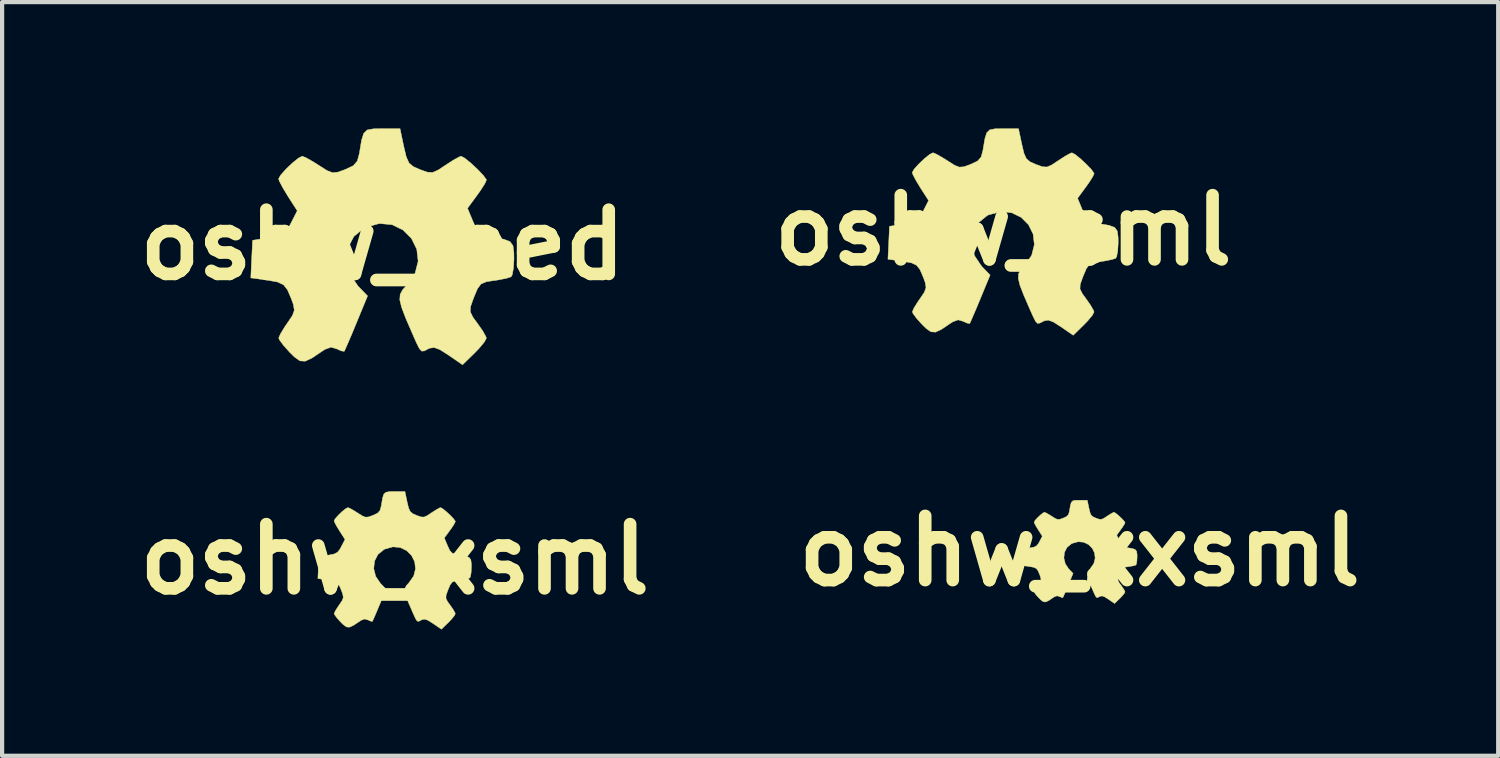
<source format=kicad_pcb>
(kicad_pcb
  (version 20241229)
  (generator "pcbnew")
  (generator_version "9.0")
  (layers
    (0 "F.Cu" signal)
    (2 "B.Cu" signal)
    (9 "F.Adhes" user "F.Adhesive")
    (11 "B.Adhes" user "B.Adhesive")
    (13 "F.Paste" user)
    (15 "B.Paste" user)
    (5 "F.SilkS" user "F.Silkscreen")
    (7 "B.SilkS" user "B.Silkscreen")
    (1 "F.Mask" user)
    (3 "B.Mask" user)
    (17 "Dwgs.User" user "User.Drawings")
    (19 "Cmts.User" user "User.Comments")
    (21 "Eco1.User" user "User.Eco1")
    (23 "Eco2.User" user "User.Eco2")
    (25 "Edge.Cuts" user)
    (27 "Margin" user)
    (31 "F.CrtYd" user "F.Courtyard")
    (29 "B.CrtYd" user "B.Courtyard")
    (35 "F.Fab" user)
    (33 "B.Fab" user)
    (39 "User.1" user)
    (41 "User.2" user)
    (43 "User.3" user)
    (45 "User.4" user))
  (footprint "oshw_xxsml"
    (layer "F.Cu")
    (at 22.58 10.032)
    (property "Reference" "oshw_xxsml" (at 0 0 0) (layer "F.SilkS") (effects (font (size 1.524 1.524) (thickness 0.3))))
    (attr through_hole)
    (fp_poly (pts (xy 0.222 -1.019) (xy 0.247 -0.914) (xy 0.275 -0.851) (xy 0.319 -0.813) (xy 0.388 -0.782) (xy 0.465 -0.755) (xy 0.519 -0.752) (xy 0.577 -0.777) (xy 0.652 -0.827) (xy 0.735 -0.88) (xy 0.797 -0.914) (xy 0.817 -0.921) (xy 0.855 -0.9) (xy 0.918 -0.849) (xy 0.988 -0.784) (xy 1.047 -0.722) (xy 1.078 -0.679) (xy 1.079 -0.673) (xy 1.062 -0.635) (xy 1.017 -0.565) (xy 0.981 -0.514) (xy 0.883 -0.38) (xy 0.941 -0.24) (xy 0.982 -0.153) (xy 1.027 -0.108) (xy 1.098 -0.086) (xy 1.138 -0.079) (xy 1.256 -0.059) (xy 1.323 -0.034) (xy 1.355 0.009) (xy 1.365 0.084) (xy 1.365 0.144) (xy 1.36 0.243) (xy 1.347 0.312) (xy 1.335 0.332) (xy 1.288 0.348) (xy 1.203 0.364) (xy 1.169 0.369) (xy 1.078 0.383) (xy 1.024 0.406) (xy 0.987 0.453) (xy 0.95 0.541) (xy 0.943 0.56) (xy 0.914 0.641) (xy 0.912 0.696) (xy 0.939 0.752) (xy 0.985 0.814) (xy 1.04 0.893) (xy 1.073 0.953) (xy 1.079 0.97) (xy 1.058 1.009) (xy 1.004 1.074) (xy 0.955 1.124) (xy 0.831 1.245) (xy 0.686 1.145) (xy 0.596 1.088) (xy 0.536 1.066) (xy 0.488 1.074) (xy 0.474 1.081) (xy 0.434 1.102) (xy 0.407 1.104) (xy 0.383 1.078) (xy 0.351 1.013) (xy 0.309 0.919) (xy 0.241 0.762) (xy 0.198 0.649) (xy 0.179 0.571) (xy 0.183 0.514) (xy 0.208 0.468) (xy 0.25 0.421) (xy 0.337 0.298) (xy 0.37 0.17) (xy 0.355 0.045) (xy 0.301 -0.066) (xy 0.213 -0.154) (xy 0.1 -0.209) (xy -0.032 -0.222) (xy -0.175 -0.182) (xy -0.192 -0.174) (xy -0.298 -0.087) (xy -0.359 0.031) (xy -0.373 0.166) (xy -0.339 0.303) (xy -0.255 0.428) (xy -0.155 0.531) (xy -0.272 0.813) (xy -0.323 0.935) (xy -0.364 1.033) (xy -0.391 1.093) (xy -0.398 1.106) (xy -0.429 1.101) (xy -0.474 1.081) (xy -0.535 1.063) (xy -0.598 1.085) (xy -0.628 1.105) (xy -0.732 1.175) (xy -0.803 1.208) (xy -0.858 1.205) (xy -0.914 1.165) (xy -0.963 1.116) (xy -1.029 1.044) (xy -1.07 0.987) (xy -1.078 0.967) (xy -1.06 0.925) (xy -1.016 0.853) (xy -0.988 0.812) (xy -0.935 0.734) (xy -0.916 0.679) (xy -0.926 0.62) (xy -0.948 0.558) (xy -0.987 0.467) (xy -1.028 0.414) (xy -1.092 0.385) (xy -1.197 0.367) (xy -1.214 0.364) (xy -1.368 0.343) (xy -1.359 0.148) (xy -1.349 -0.047) (xy -1.182 -0.074) (xy -1.081 -0.094) (xy -1.02 -0.124) (xy -0.976 -0.18) (xy -0.95 -0.227) (xy -0.885 -0.354) (xy -0.982 -0.505) (xy -1.036 -0.593) (xy -1.071 -0.661) (xy -1.079 -0.686) (xy -1.057 -0.726) (xy -1.003 -0.786) (xy -0.936 -0.85) (xy -0.873 -0.901) (xy -0.834 -0.921) (xy -0.793 -0.904) (xy -0.719 -0.862) (xy -0.662 -0.826) (xy -0.577 -0.772) (xy -0.52 -0.75) (xy -0.465 -0.755) (xy -0.388 -0.782) (xy -0.304 -0.822) (xy -0.262 -0.87) (xy -0.24 -0.95) (xy -0.238 -0.964) (xy -0.218 -1.086) (xy -0.195 -1.158) (xy -0.158 -1.194) (xy -0.094 -1.205) (xy -0.002 -1.206) (xy 0.182 -1.206) (xy 0.222 -1.019)) (stroke (width 0.01) (type solid)) (fill yes) (layer "F.SilkS")))
  (footprint "oshw_sml"
    (layer "F.Cu")
    (at 20.766 2.418)
    (property "Reference" "oshw_sml" (at 0 0 0) (layer "F.SilkS") (effects (font (size 1.524 1.524) (thickness 0.3))))
    (attr through_hole)
    (fp_poly (pts (xy 0.443 -2.039) (xy 0.494 -1.827) (xy 0.55 -1.702) (xy 0.639 -1.626) (xy 0.777 -1.565) (xy 0.93 -1.51) (xy 1.039 -1.503) (xy 1.154 -1.553) (xy 1.305 -1.653) (xy 1.47 -1.76) (xy 1.594 -1.828) (xy 1.633 -1.841) (xy 1.71 -1.8) (xy 1.836 -1.698) (xy 1.975 -1.568) (xy 2.094 -1.444) (xy 2.156 -1.357) (xy 2.159 -1.346) (xy 2.124 -1.27) (xy 2.035 -1.13) (xy 1.962 -1.028) (xy 1.766 -0.761) (xy 1.882 -0.481) (xy 1.964 -0.307) (xy 2.054 -0.217) (xy 2.197 -0.172) (xy 2.277 -0.159) (xy 2.511 -0.119) (xy 2.647 -0.069) (xy 2.71 0.018) (xy 2.729 0.167) (xy 2.731 0.289) (xy 2.72 0.485) (xy 2.694 0.624) (xy 2.671 0.664) (xy 2.575 0.695) (xy 2.406 0.728) (xy 2.338 0.738) (xy 2.155 0.767) (xy 2.047 0.812) (xy 1.975 0.907) (xy 1.901 1.083) (xy 1.886 1.12) (xy 1.829 1.283) (xy 1.823 1.392) (xy 1.879 1.504) (xy 1.97 1.628) (xy 2.079 1.785) (xy 2.147 1.906) (xy 2.157 1.94) (xy 2.116 2.018) (xy 2.008 2.148) (xy 1.911 2.248) (xy 1.663 2.491) (xy 1.372 2.291) (xy 1.192 2.176) (xy 1.072 2.132) (xy 0.977 2.148) (xy 0.948 2.162) (xy 0.868 2.203) (xy 0.814 2.208) (xy 0.765 2.156) (xy 0.701 2.026) (xy 0.618 1.838) (xy 0.482 1.523) (xy 0.396 1.299) (xy 0.359 1.142) (xy 0.366 1.029) (xy 0.416 0.935) (xy 0.501 0.842) (xy 0.675 0.597) (xy 0.74 0.34) (xy 0.711 0.09) (xy 0.602 -0.132) (xy 0.427 -0.308) (xy 0.2 -0.418) (xy -0.064 -0.444) (xy -0.35 -0.365) (xy -0.383 -0.348) (xy -0.596 -0.174) (xy -0.719 0.063) (xy -0.747 0.333) (xy -0.678 0.607) (xy -0.51 0.856) (xy -0.31 1.061) (xy -0.543 1.626) (xy -0.645 1.87) (xy -0.729 2.066) (xy -0.782 2.187) (xy -0.795 2.212) (xy -0.858 2.202) (xy -0.949 2.161) (xy -1.069 2.125) (xy -1.195 2.171) (xy -1.256 2.21) (xy -1.465 2.351) (xy -1.606 2.417) (xy -1.716 2.409) (xy -1.828 2.33) (xy -1.927 2.233) (xy -2.058 2.087) (xy -2.141 1.973) (xy -2.156 1.934) (xy -2.121 1.85) (xy -2.032 1.706) (xy -1.975 1.624) (xy -1.87 1.468) (xy -1.832 1.358) (xy -1.851 1.239) (xy -1.896 1.116) (xy -1.974 0.934) (xy -2.057 0.828) (xy -2.184 0.771) (xy -2.393 0.733) (xy -2.429 0.728) (xy -2.736 0.686) (xy -2.717 0.296) (xy -2.699 -0.095) (xy -2.364 -0.148) (xy -2.161 -0.188) (xy -2.039 -0.249) (xy -1.951 -0.359) (xy -1.9 -0.454) (xy -1.771 -0.708) (xy -1.965 -1.01) (xy -2.071 -1.186) (xy -2.142 -1.321) (xy -2.159 -1.373) (xy -2.115 -1.451) (xy -2.007 -1.572) (xy -1.871 -1.701) (xy -1.746 -1.802) (xy -1.667 -1.842) (xy -1.586 -1.809) (xy -1.438 -1.725) (xy -1.323 -1.652) (xy -1.154 -1.545) (xy -1.04 -1.5) (xy -0.93 -1.509) (xy -0.777 -1.565) (xy -0.609 -1.644) (xy -0.523 -1.74) (xy -0.48 -1.901) (xy -0.476 -1.929) (xy -0.435 -2.172) (xy -0.391 -2.316) (xy -0.317 -2.387) (xy -0.188 -2.411) (xy -0.004 -2.413) (xy 0.364 -2.413) (xy 0.443 -2.039)) (stroke (width 0.01) (type solid)) (fill yes) (layer "F.SilkS")))
  (footprint "oshw_med"
    (layer "F.Cu")
    (at 6.031 2.763)
    (property "Reference" "oshw_med" (at 0 0 0) (layer "F.SilkS") (effects (font (size 1.524 1.524) (thickness 0.3))))
    (attr through_hole)
    (fp_poly (pts (xy 0.506 -2.33) (xy 0.564 -2.088) (xy 0.629 -1.945) (xy 0.73 -1.858) (xy 0.888 -1.788) (xy 1.063 -1.726) (xy 1.187 -1.718) (xy 1.319 -1.775) (xy 1.491 -1.889) (xy 1.68 -2.011) (xy 1.822 -2.089) (xy 1.867 -2.105) (xy 1.954 -2.057) (xy 2.098 -1.941) (xy 2.257 -1.792) (xy 2.393 -1.65) (xy 2.464 -1.551) (xy 2.467 -1.538) (xy 2.428 -1.451) (xy 2.326 -1.291) (xy 2.243 -1.175) (xy 2.018 -0.869) (xy 2.151 -0.549) (xy 2.245 -0.351) (xy 2.347 -0.247) (xy 2.51 -0.196) (xy 2.602 -0.181) (xy 2.87 -0.136) (xy 3.025 -0.079) (xy 3.098 0.02) (xy 3.119 0.191) (xy 3.121 0.33) (xy 3.109 0.554) (xy 3.079 0.714) (xy 3.052 0.759) (xy 2.943 0.794) (xy 2.75 0.832) (xy 2.671 0.843) (xy 2.463 0.876) (xy 2.34 0.928) (xy 2.257 1.037) (xy 2.172 1.238) (xy 2.156 1.28) (xy 2.09 1.466) (xy 2.084 1.591) (xy 2.147 1.719) (xy 2.251 1.861) (xy 2.377 2.04) (xy 2.454 2.178) (xy 2.465 2.217) (xy 2.418 2.306) (xy 2.295 2.455) (xy 2.184 2.57) (xy 1.9 2.847) (xy 1.568 2.618) (xy 1.362 2.487) (xy 1.226 2.437) (xy 1.116 2.454) (xy 1.083 2.47) (xy 0.992 2.518) (xy 0.93 2.523) (xy 0.875 2.464) (xy 0.801 2.315) (xy 0.707 2.101) (xy 0.551 1.741) (xy 0.453 1.484) (xy 0.41 1.305) (xy 0.419 1.176) (xy 0.476 1.069) (xy 0.572 0.963) (xy 0.771 0.682) (xy 0.846 0.388) (xy 0.813 0.103) (xy 0.688 -0.151) (xy 0.487 -0.352) (xy 0.229 -0.478) (xy -0.073 -0.507) (xy -0.4 -0.417) (xy -0.438 -0.398) (xy -0.681 -0.199) (xy -0.821 0.072) (xy -0.854 0.38) (xy -0.775 0.694) (xy -0.582 0.978) (xy -0.355 1.213) (xy -0.621 1.858) (xy -0.737 2.138) (xy -0.833 2.361) (xy -0.894 2.499) (xy -0.909 2.528) (xy -0.981 2.517) (xy -1.084 2.47) (xy -1.222 2.429) (xy -1.366 2.481) (xy -1.435 2.526) (xy -1.674 2.687) (xy -1.836 2.762) (xy -1.961 2.754) (xy -2.089 2.663) (xy -2.202 2.552) (xy -2.352 2.385) (xy -2.447 2.255) (xy -2.464 2.21) (xy -2.423 2.115) (xy -2.323 1.95) (xy -2.258 1.856) (xy -2.138 1.678) (xy -2.094 1.553) (xy -2.116 1.416) (xy -2.167 1.275) (xy -2.256 1.067) (xy -2.351 0.947) (xy -2.496 0.881) (xy -2.735 0.838) (xy -2.776 0.832) (xy -3.127 0.784) (xy -3.106 0.338) (xy -3.084 -0.108) (xy -2.702 -0.169) (xy -2.47 -0.215) (xy -2.33 -0.284) (xy -2.23 -0.411) (xy -2.172 -0.519) (xy -2.024 -0.809) (xy -2.246 -1.155) (xy -2.367 -1.356) (xy -2.448 -1.51) (xy -2.467 -1.569) (xy -2.417 -1.658) (xy -2.293 -1.797) (xy -2.139 -1.944) (xy -1.995 -2.06) (xy -1.906 -2.105) (xy -1.812 -2.067) (xy -1.643 -1.971) (xy -1.512 -1.888) (xy -1.319 -1.765) (xy -1.188 -1.714) (xy -1.063 -1.725) (xy -0.888 -1.788) (xy -0.695 -1.879) (xy -0.598 -1.989) (xy -0.549 -2.172) (xy -0.544 -2.204) (xy -0.498 -2.482) (xy -0.447 -2.647) (xy -0.362 -2.728) (xy -0.215 -2.755) (xy -0.005 -2.758) (xy 0.416 -2.758) (xy 0.506 -2.33)) (stroke (width 0.01) (type solid)) (fill yes) (layer "F.SilkS")))
  (footprint "oshw_xsml"
    (layer "F.Cu")
    (at 6.321 10.228)
    (property "Reference" "oshw_xsml" (at 0 0 0) (layer "F.SilkS") (effects (font (size 1.524 1.524) (thickness 0.3))))
    (attr through_hole)
    (fp_poly (pts (xy 0.295 -1.359) (xy 0.329 -1.218) (xy 0.367 -1.135) (xy 0.426 -1.084) (xy 0.518 -1.043) (xy 0.62 -1.007) (xy 0.693 -1.002) (xy 0.769 -1.035) (xy 0.87 -1.102) (xy 0.98 -1.173) (xy 1.063 -1.219) (xy 1.089 -1.228) (xy 1.14 -1.2) (xy 1.224 -1.132) (xy 1.317 -1.046) (xy 1.396 -0.963) (xy 1.437 -0.905) (xy 1.439 -0.897) (xy 1.416 -0.847) (xy 1.357 -0.753) (xy 1.308 -0.685) (xy 1.177 -0.507) (xy 1.255 -0.32) (xy 1.309 -0.205) (xy 1.369 -0.144) (xy 1.464 -0.115) (xy 1.518 -0.106) (xy 1.674 -0.079) (xy 1.764 -0.046) (xy 1.807 0.012) (xy 1.82 0.112) (xy 1.82 0.193) (xy 1.813 0.323) (xy 1.796 0.416) (xy 1.781 0.443) (xy 1.717 0.463) (xy 1.604 0.485) (xy 1.558 0.492) (xy 1.437 0.511) (xy 1.365 0.542) (xy 1.317 0.605) (xy 1.267 0.722) (xy 1.257 0.747) (xy 1.219 0.855) (xy 1.216 0.928) (xy 1.253 1.003) (xy 1.313 1.085) (xy 1.386 1.19) (xy 1.431 1.271) (xy 1.438 1.293) (xy 1.411 1.345) (xy 1.339 1.432) (xy 1.274 1.499) (xy 1.109 1.66) (xy 0.915 1.527) (xy 0.795 1.451) (xy 0.715 1.422) (xy 0.651 1.432) (xy 0.632 1.441) (xy 0.579 1.469) (xy 0.543 1.472) (xy 0.51 1.437) (xy 0.467 1.351) (xy 0.412 1.226) (xy 0.321 1.015) (xy 0.264 0.866) (xy 0.239 0.761) (xy 0.244 0.686) (xy 0.278 0.623) (xy 0.334 0.562) (xy 0.45 0.398) (xy 0.493 0.227) (xy 0.474 0.06) (xy 0.401 -0.088) (xy 0.284 -0.205) (xy 0.133 -0.279) (xy -0.042 -0.296) (xy -0.233 -0.243) (xy -0.255 -0.232) (xy -0.398 -0.116) (xy -0.479 0.042) (xy -0.498 0.222) (xy -0.452 0.405) (xy -0.34 0.57) (xy -0.207 0.707) (xy -0.362 1.084) (xy -0.43 1.247) (xy -0.486 1.377) (xy -0.522 1.458) (xy -0.53 1.475) (xy -0.572 1.468) (xy -0.632 1.441) (xy -0.713 1.417) (xy -0.797 1.447) (xy -0.837 1.474) (xy -0.976 1.567) (xy -1.071 1.611) (xy -1.144 1.606) (xy -1.219 1.553) (xy -1.285 1.488) (xy -1.372 1.391) (xy -1.427 1.316) (xy -1.438 1.289) (xy -1.414 1.233) (xy -1.355 1.138) (xy -1.317 1.082) (xy -1.247 0.979) (xy -1.221 0.906) (xy -1.234 0.826) (xy -1.264 0.744) (xy -1.316 0.623) (xy -1.371 0.552) (xy -1.456 0.514) (xy -1.595 0.489) (xy -1.619 0.485) (xy -1.824 0.457) (xy -1.812 0.197) (xy -1.799 -0.063) (xy -1.576 -0.098) (xy -1.441 -0.125) (xy -1.359 -0.166) (xy -1.301 -0.24) (xy -1.267 -0.303) (xy -1.18 -0.472) (xy -1.31 -0.674) (xy -1.381 -0.791) (xy -1.428 -0.881) (xy -1.439 -0.915) (xy -1.41 -0.967) (xy -1.338 -1.048) (xy -1.248 -1.134) (xy -1.164 -1.201) (xy -1.112 -1.228) (xy -1.057 -1.206) (xy -0.959 -1.15) (xy -0.882 -1.101) (xy -0.769 -1.03) (xy -0.693 -1) (xy -0.62 -1.006) (xy -0.518 -1.043) (xy -0.406 -1.096) (xy -0.349 -1.16) (xy -0.32 -1.267) (xy -0.317 -1.286) (xy -0.29 -1.448) (xy -0.261 -1.544) (xy -0.211 -1.591) (xy -0.125 -1.607) (xy -0.003 -1.609) (xy 0.242 -1.609) (xy 0.295 -1.359)) (stroke (width 0.01) (type solid)) (fill yes) (layer "F.SilkS")))
  (gr_rect
    (start -3 -3)
    (end 32.518 14.893)
    (stroke (width 0.1) (type default))
    (fill no)
    (layer "Edge.Cuts")))
</source>
